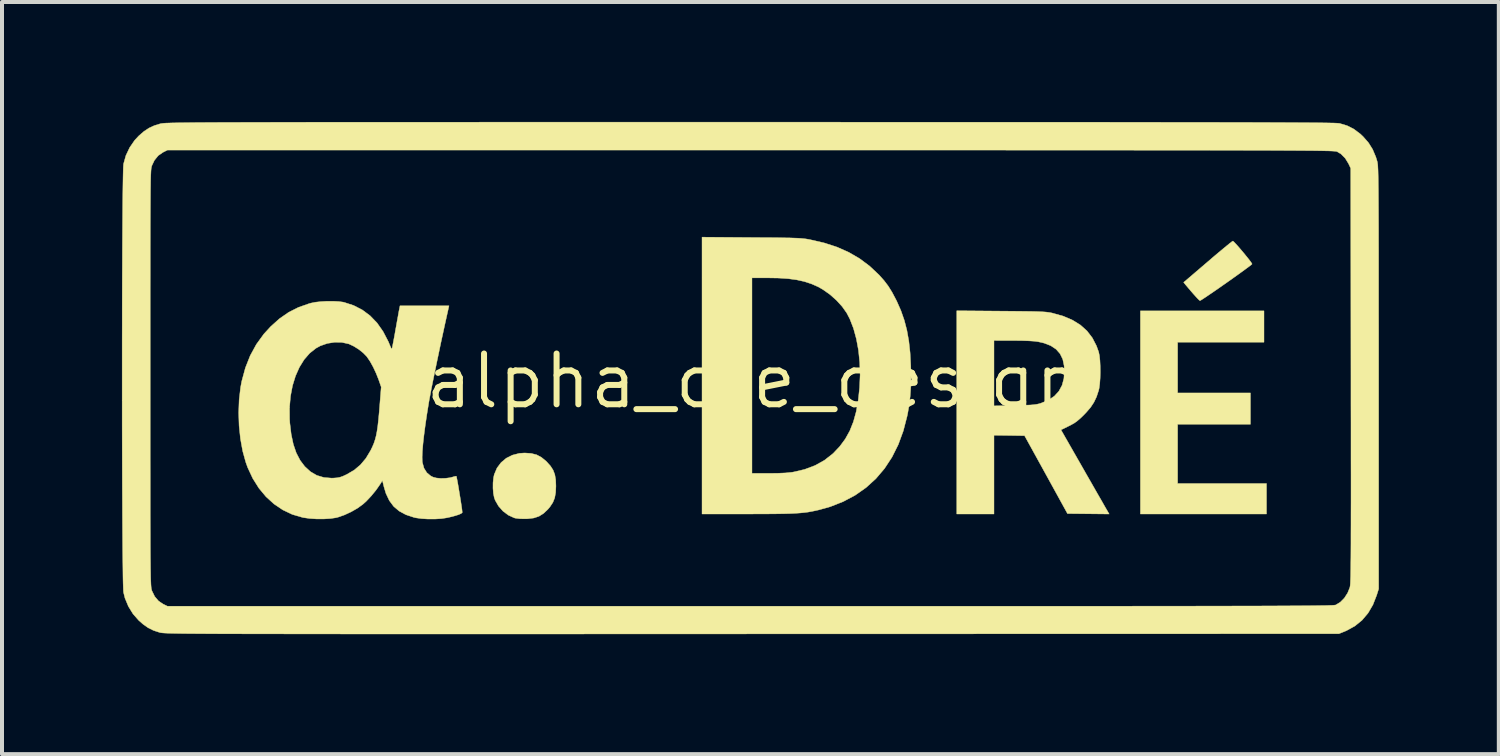
<source format=kicad_pcb>
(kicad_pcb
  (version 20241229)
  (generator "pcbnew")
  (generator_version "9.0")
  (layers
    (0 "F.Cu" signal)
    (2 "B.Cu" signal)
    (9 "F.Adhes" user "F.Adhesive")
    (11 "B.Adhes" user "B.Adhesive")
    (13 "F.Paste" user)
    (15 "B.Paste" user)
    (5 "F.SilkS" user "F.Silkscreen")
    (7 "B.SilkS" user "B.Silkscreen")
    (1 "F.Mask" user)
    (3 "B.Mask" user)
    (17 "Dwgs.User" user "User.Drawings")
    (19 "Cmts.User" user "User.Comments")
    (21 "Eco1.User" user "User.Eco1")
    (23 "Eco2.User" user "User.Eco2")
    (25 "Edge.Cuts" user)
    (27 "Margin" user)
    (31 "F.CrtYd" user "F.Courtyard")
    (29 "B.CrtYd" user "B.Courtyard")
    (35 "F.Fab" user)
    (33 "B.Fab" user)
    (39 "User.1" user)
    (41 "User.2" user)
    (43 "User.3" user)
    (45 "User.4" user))
  (footprint "alpha_dre_design"
    (layer "F.Cu")
    (at 15.799 6.482)
    (property "Reference" "alpha_dre_design" (at 0 0 0) (layer "F.SilkS") (effects (font (size 1.27 1.27) (thickness 0.15))))
    (attr through_hole)
    (fp_poly (pts (xy 12.764 -0.974) (xy 10.604 -0.974) (xy 10.604 0.296) (xy 12.425 0.296) (xy 12.425 1.079) (xy 10.604 1.079) (xy 10.604 2.561) (xy 12.827 2.561) (xy 12.827 3.323) (xy 9.673 3.323) (xy 9.673 -1.757) (xy 12.764 -1.757) (xy 12.764 -0.974)) (stroke (width 0.01) (type solid)) (fill yes) (layer "F.SilkS"))
    (fp_poly (pts (xy -5.564 1.808) (xy -5.428 1.842) (xy -5.308 1.906) (xy -5.19 2.003) (xy -5.173 2.02) (xy -5.08 2.124) (xy -5.015 2.226) (xy -4.973 2.336) (xy -4.951 2.466) (xy -4.945 2.625) (xy -4.952 2.787) (xy -4.976 2.92) (xy -5.022 3.035) (xy -5.092 3.141) (xy -5.146 3.206) (xy -5.255 3.309) (xy -5.368 3.38) (xy -5.496 3.423) (xy -5.648 3.442) (xy -5.693 3.444) (xy -5.842 3.442) (xy -5.956 3.428) (xy -5.991 3.419) (xy -6.138 3.351) (xy -6.271 3.25) (xy -6.382 3.124) (xy -6.464 2.981) (xy -6.488 2.914) (xy -6.509 2.808) (xy -6.519 2.678) (xy -6.518 2.541) (xy -6.505 2.416) (xy -6.488 2.336) (xy -6.419 2.173) (xy -6.317 2.037) (xy -6.188 1.928) (xy -6.034 1.851) (xy -5.86 1.806) (xy -5.726 1.797) (xy -5.564 1.808)) (stroke (width 0.01) (type solid)) (fill yes) (layer "F.SilkS"))
    (fp_poly (pts (xy 12.006 -3.488) (xy 12.047 -3.445) (xy 12.104 -3.383) (xy 12.17 -3.307) (xy 12.241 -3.223) (xy 12.31 -3.139) (xy 12.373 -3.061) (xy 12.423 -2.996) (xy 12.456 -2.949) (xy 12.466 -2.929) (xy 12.45 -2.913) (xy 12.403 -2.876) (xy 12.33 -2.822) (xy 12.237 -2.754) (xy 12.128 -2.675) (xy 12.006 -2.588) (xy 11.878 -2.497) (xy 11.748 -2.406) (xy 11.62 -2.316) (xy 11.498 -2.232) (xy 11.389 -2.158) (xy 11.296 -2.095) (xy 11.224 -2.048) (xy 11.178 -2.019) (xy 11.162 -2.012) (xy 11.142 -2.028) (xy 11.1 -2.069) (xy 11.045 -2.129) (xy 10.996 -2.184) (xy 10.929 -2.261) (xy 10.868 -2.333) (xy 10.821 -2.389) (xy 10.801 -2.412) (xy 10.755 -2.47) (xy 11.358 -2.986) (xy 11.494 -3.103) (xy 11.621 -3.21) (xy 11.735 -3.305) (xy 11.832 -3.385) (xy 11.908 -3.447) (xy 11.96 -3.487) (xy 11.984 -3.503) (xy 11.985 -3.503) (xy 12.006 -3.488)) (stroke (width 0.01) (type solid)) (fill yes) (layer "F.SilkS"))
    (fp_poly (pts (xy 6.186 -1.751) (xy 6.433 -1.749) (xy 6.643 -1.747) (xy 6.817 -1.745) (xy 6.962 -1.743) (xy 7.08 -1.74) (xy 7.176 -1.736) (xy 7.254 -1.732) (xy 7.317 -1.727) (xy 7.371 -1.72) (xy 7.418 -1.713) (xy 7.462 -1.704) (xy 7.482 -1.699) (xy 7.747 -1.624) (xy 7.977 -1.525) (xy 8.173 -1.403) (xy 8.337 -1.256) (xy 8.471 -1.082) (xy 8.575 -0.88) (xy 8.629 -0.73) (xy 8.648 -0.639) (xy 8.661 -0.517) (xy 8.668 -0.375) (xy 8.67 -0.224) (xy 8.666 -0.074) (xy 8.656 0.064) (xy 8.641 0.179) (xy 8.629 0.231) (xy 8.576 0.392) (xy 8.511 0.529) (xy 8.428 0.655) (xy 8.317 0.784) (xy 8.266 0.837) (xy 8.174 0.927) (xy 8.096 0.994) (xy 8.023 1.047) (xy 7.94 1.094) (xy 7.881 1.124) (xy 7.687 1.219) (xy 8.237 2.181) (xy 8.344 2.369) (xy 8.447 2.548) (xy 8.542 2.715) (xy 8.628 2.865) (xy 8.703 2.995) (xy 8.763 3.101) (xy 8.808 3.179) (xy 8.835 3.226) (xy 8.84 3.234) (xy 8.892 3.324) (xy 7.849 3.313) (xy 7.313 2.339) (xy 6.776 1.365) (xy 6.394 1.359) (xy 6.011 1.354) (xy 6.011 3.323) (xy 5.08 3.323) (xy 5.08 0.619) (xy 6.011 0.619) (xy 6.525 0.609) (xy 6.69 0.605) (xy 6.82 0.601) (xy 6.921 0.597) (xy 7 0.59) (xy 7.062 0.582) (xy 7.116 0.572) (xy 7.167 0.558) (xy 7.186 0.552) (xy 7.37 0.475) (xy 7.52 0.376) (xy 7.634 0.252) (xy 7.714 0.104) (xy 7.76 -0.069) (xy 7.772 -0.267) (xy 7.765 -0.384) (xy 7.731 -0.547) (xy 7.664 -0.684) (xy 7.565 -0.797) (xy 7.432 -0.886) (xy 7.264 -0.951) (xy 7.117 -0.985) (xy 7.02 -0.998) (xy 6.885 -1.007) (xy 6.714 -1.013) (xy 6.513 -1.015) (xy 6.482 -1.015) (xy 6.011 -1.016) (xy 6.011 0.619) (xy 5.08 0.619) (xy 5.08 -1.76) (xy 6.186 -1.751)) (stroke (width 0.01) (type solid)) (fill yes) (layer "F.SilkS"))
    (fp_poly (pts (xy -0.058 -3.592) (xy 0.204 -3.59) (xy 0.428 -3.589) (xy 0.617 -3.587) (xy 0.776 -3.584) (xy 0.908 -3.582) (xy 1.016 -3.578) (xy 1.106 -3.575) (xy 1.18 -3.57) (xy 1.243 -3.564) (xy 1.298 -3.558) (xy 1.349 -3.55) (xy 1.401 -3.54) (xy 1.408 -3.539) (xy 1.764 -3.457) (xy 2.087 -3.352) (xy 2.381 -3.221) (xy 2.651 -3.064) (xy 2.901 -2.877) (xy 3.134 -2.658) (xy 3.142 -2.65) (xy 3.261 -2.516) (xy 3.365 -2.379) (xy 3.461 -2.225) (xy 3.556 -2.045) (xy 3.579 -2) (xy 3.684 -1.762) (xy 3.768 -1.521) (xy 3.833 -1.27) (xy 3.881 -1.001) (xy 3.913 -0.708) (xy 3.93 -0.382) (xy 3.931 -0.338) (xy 3.934 -0.072) (xy 3.929 0.163) (xy 3.915 0.378) (xy 3.891 0.583) (xy 3.856 0.79) (xy 3.839 0.874) (xy 3.743 1.245) (xy 3.617 1.588) (xy 3.46 1.902) (xy 3.274 2.185) (xy 3.058 2.439) (xy 2.814 2.661) (xy 2.541 2.853) (xy 2.24 3.013) (xy 1.912 3.142) (xy 1.633 3.22) (xy 1.541 3.241) (xy 1.452 3.259) (xy 1.364 3.275) (xy 1.271 3.287) (xy 1.17 3.297) (xy 1.056 3.305) (xy 0.925 3.312) (xy 0.772 3.316) (xy 0.595 3.319) (xy 0.387 3.321) (xy 0.146 3.322) (xy -0.133 3.323) (xy -0.143 3.323) (xy -1.291 3.323) (xy -1.291 2.307) (xy -0.042 2.307) (xy 0.378 2.307) (xy 0.609 2.304) (xy 0.797 2.296) (xy 0.945 2.281) (xy 0.987 2.275) (xy 1.275 2.208) (xy 1.535 2.11) (xy 1.768 1.981) (xy 1.974 1.82) (xy 1.993 1.803) (xy 2.155 1.632) (xy 2.292 1.446) (xy 2.405 1.243) (xy 2.495 1.016) (xy 2.565 0.763) (xy 2.616 0.478) (xy 2.649 0.167) (xy 2.663 -0.153) (xy 2.653 -0.468) (xy 2.622 -0.771) (xy 2.569 -1.057) (xy 2.497 -1.32) (xy 2.406 -1.554) (xy 2.327 -1.706) (xy 2.215 -1.864) (xy 2.072 -2.021) (xy 1.909 -2.166) (xy 1.735 -2.289) (xy 1.615 -2.358) (xy 1.447 -2.432) (xy 1.271 -2.49) (xy 1.079 -2.533) (xy 0.866 -2.562) (xy 0.624 -2.578) (xy 0.376 -2.582) (xy -0.042 -2.582) (xy -0.042 2.307) (xy -1.291 2.307) (xy -1.291 -3.601) (xy -0.058 -3.592)) (stroke (width 0.01) (type solid)) (fill yes) (layer "F.SilkS"))
    (fp_poly (pts (xy -10.38 -1.991) (xy -10.267 -1.976) (xy -10.245 -1.971) (xy -10.003 -1.892) (xy -9.786 -1.78) (xy -9.592 -1.635) (xy -9.419 -1.456) (xy -9.268 -1.241) (xy -9.137 -0.989) (xy -9.078 -0.849) (xy -9.06 -0.815) (xy -9.048 -0.809) (xy -9.041 -0.832) (xy -9.029 -0.89) (xy -9.012 -0.977) (xy -8.991 -1.087) (xy -8.968 -1.213) (xy -8.964 -1.24) (xy -8.939 -1.377) (xy -8.916 -1.507) (xy -8.895 -1.621) (xy -8.879 -1.712) (xy -8.868 -1.77) (xy -8.867 -1.773) (xy -8.845 -1.884) (xy -7.619 -1.884) (xy -7.63 -1.836) (xy -7.674 -1.639) (xy -7.722 -1.422) (xy -7.772 -1.192) (xy -7.824 -0.954) (xy -7.874 -0.714) (xy -7.924 -0.477) (xy -7.971 -0.249) (xy -8.015 -0.036) (xy -8.054 0.158) (xy -8.086 0.325) (xy -8.112 0.462) (xy -8.126 0.541) (xy -8.174 0.839) (xy -8.214 1.111) (xy -8.246 1.355) (xy -8.27 1.57) (xy -8.285 1.752) (xy -8.291 1.899) (xy -8.288 2.008) (xy -8.284 2.037) (xy -8.245 2.177) (xy -8.174 2.29) (xy -8.074 2.373) (xy -8.017 2.401) (xy -7.933 2.423) (xy -7.825 2.433) (xy -7.707 2.43) (xy -7.595 2.416) (xy -7.545 2.403) (xy -7.486 2.386) (xy -7.446 2.378) (xy -7.437 2.377) (xy -7.43 2.401) (xy -7.418 2.459) (xy -7.402 2.544) (xy -7.384 2.648) (xy -7.365 2.764) (xy -7.345 2.885) (xy -7.326 3.002) (xy -7.31 3.108) (xy -7.297 3.196) (xy -7.29 3.259) (xy -7.288 3.288) (xy -7.288 3.289) (xy -7.316 3.312) (xy -7.38 3.34) (xy -7.476 3.37) (xy -7.597 3.401) (xy -7.673 3.418) (xy -7.811 3.439) (xy -7.973 3.449) (xy -8.142 3.449) (xy -8.306 3.439) (xy -8.448 3.419) (xy -8.496 3.408) (xy -8.698 3.341) (xy -8.866 3.25) (xy -9.004 3.133) (xy -9.113 2.986) (xy -9.197 2.808) (xy -9.246 2.644) (xy -9.285 2.487) (xy -9.344 2.582) (xy -9.445 2.727) (xy -9.565 2.873) (xy -9.69 3.006) (xy -9.775 3.082) (xy -9.909 3.179) (xy -10.068 3.27) (xy -10.234 3.347) (xy -10.394 3.403) (xy -10.45 3.417) (xy -10.587 3.437) (xy -10.751 3.447) (xy -10.927 3.447) (xy -11.1 3.436) (xy -11.257 3.414) (xy -11.285 3.408) (xy -11.539 3.334) (xy -11.776 3.221) (xy -11.996 3.073) (xy -12.196 2.891) (xy -12.374 2.677) (xy -12.527 2.434) (xy -12.653 2.164) (xy -12.701 2.032) (xy -12.779 1.751) (xy -12.835 1.443) (xy -12.869 1.12) (xy -12.88 0.791) (xy -12.875 0.658) (xy -11.608 0.658) (xy -11.606 0.951) (xy -11.6 1.046) (xy -11.566 1.331) (xy -11.513 1.58) (xy -11.439 1.796) (xy -11.343 1.98) (xy -11.228 2.133) (xy -11.084 2.265) (xy -10.926 2.357) (xy -10.75 2.41) (xy -10.556 2.426) (xy -10.511 2.425) (xy -10.42 2.418) (xy -10.346 2.404) (xy -10.272 2.378) (xy -10.18 2.335) (xy -10.17 2.33) (xy -9.988 2.223) (xy -9.832 2.091) (xy -9.697 1.93) (xy -9.58 1.735) (xy -9.535 1.643) (xy -9.499 1.558) (xy -9.469 1.469) (xy -9.443 1.372) (xy -9.421 1.26) (xy -9.401 1.127) (xy -9.383 0.966) (xy -9.365 0.773) (xy -9.356 0.661) (xy -9.315 0.147) (xy -9.379 -0.037) (xy -9.442 -0.196) (xy -9.515 -0.352) (xy -9.593 -0.493) (xy -9.67 -0.606) (xy -9.678 -0.617) (xy -9.765 -0.706) (xy -9.877 -0.795) (xy -10 -0.872) (xy -10.118 -0.928) (xy -10.13 -0.932) (xy -10.299 -0.969) (xy -10.48 -0.972) (xy -10.664 -0.943) (xy -10.838 -0.882) (xy -10.946 -0.823) (xy -11.104 -0.698) (xy -11.243 -0.538) (xy -11.361 -0.347) (xy -11.458 -0.129) (xy -11.533 0.114) (xy -11.583 0.377) (xy -11.608 0.658) (xy -12.875 0.658) (xy -12.868 0.467) (xy -12.832 0.158) (xy -12.803 0.003) (xy -12.712 -0.332) (xy -12.591 -0.638) (xy -12.438 -0.919) (xy -12.251 -1.177) (xy -12.077 -1.367) (xy -11.858 -1.563) (xy -11.63 -1.721) (xy -11.385 -1.845) (xy -11.117 -1.939) (xy -11.074 -1.951) (xy -10.96 -1.974) (xy -10.821 -1.989) (xy -10.669 -1.998) (xy -10.518 -1.998) (xy -10.38 -1.991)) (stroke (width 0.01) (type solid)) (fill yes) (layer "F.SilkS"))
    (fp_poly (pts (xy -2.015 -6.477) (xy -1.119 -6.477) (xy -0.181 -6.477) (xy -0.087 -6.477) (xy 0.868 -6.477) (xy 1.781 -6.477) (xy 2.654 -6.476) (xy 3.487 -6.476) (xy 4.282 -6.476) (xy 5.038 -6.476) (xy 5.758 -6.476) (xy 6.441 -6.476) (xy 7.09 -6.476) (xy 7.704 -6.475) (xy 8.285 -6.475) (xy 8.833 -6.475) (xy 9.35 -6.474) (xy 9.836 -6.474) (xy 10.293 -6.473) (xy 10.72 -6.473) (xy 11.12 -6.472) (xy 11.492 -6.472) (xy 11.839 -6.471) (xy 12.16 -6.471) (xy 12.456 -6.47) (xy 12.73 -6.469) (xy 12.98 -6.468) (xy 13.209 -6.467) (xy 13.418 -6.466) (xy 13.606 -6.465) (xy 13.775 -6.464) (xy 13.927 -6.463) (xy 14.061 -6.462) (xy 14.179 -6.461) (xy 14.281 -6.459) (xy 14.369 -6.458) (xy 14.444 -6.456) (xy 14.505 -6.455) (xy 14.555 -6.453) (xy 14.594 -6.451) (xy 14.624 -6.449) (xy 14.644 -6.447) (xy 14.653 -6.446) (xy 14.841 -6.39) (xy 15.011 -6.304) (xy 15.172 -6.183) (xy 15.243 -6.116) (xy 15.377 -5.963) (xy 15.481 -5.797) (xy 15.561 -5.607) (xy 15.593 -5.503) (xy 15.597 -5.487) (xy 15.601 -5.469) (xy 15.604 -5.446) (xy 15.608 -5.418) (xy 15.611 -5.383) (xy 15.613 -5.338) (xy 15.616 -5.283) (xy 15.618 -5.216) (xy 15.62 -5.135) (xy 15.622 -5.039) (xy 15.623 -4.927) (xy 15.625 -4.796) (xy 15.626 -4.644) (xy 15.627 -4.472) (xy 15.628 -4.276) (xy 15.629 -4.055) (xy 15.63 -3.808) (xy 15.63 -3.533) (xy 15.631 -3.229) (xy 15.631 -2.893) (xy 15.631 -2.525) (xy 15.631 -2.123) (xy 15.631 -1.684) (xy 15.632 -1.209) (xy 15.632 -0.694) (xy 15.632 -0.139) (xy 15.632 5.196) (xy 15.582 5.355) (xy 15.488 5.595) (xy 15.366 5.803) (xy 15.215 5.981) (xy 15.036 6.126) (xy 14.829 6.24) (xy 14.78 6.261) (xy 14.637 6.318) (xy -0.032 6.322) (xy -0.976 6.323) (xy -1.879 6.323) (xy -2.742 6.323) (xy -3.565 6.323) (xy -4.349 6.324) (xy -5.096 6.324) (xy -5.806 6.324) (xy -6.48 6.324) (xy -7.12 6.324) (xy -7.725 6.324) (xy -8.298 6.324) (xy -8.839 6.324) (xy -9.348 6.324) (xy -9.827 6.324) (xy -10.278 6.324) (xy -10.7 6.323) (xy -11.094 6.323) (xy -11.462 6.323) (xy -11.805 6.322) (xy -12.124 6.322) (xy -12.418 6.321) (xy -12.69 6.321) (xy -12.941 6.32) (xy -13.17 6.32) (xy -13.38 6.319) (xy -13.571 6.318) (xy -13.744 6.317) (xy -13.9 6.316) (xy -14.04 6.315) (xy -14.164 6.314) (xy -14.275 6.313) (xy -14.372 6.311) (xy -14.457 6.31) (xy -14.531 6.308) (xy -14.594 6.307) (xy -14.648 6.305) (xy -14.693 6.303) (xy -14.73 6.301) (xy -14.761 6.299) (xy -14.786 6.297) (xy -14.806 6.295) (xy -14.823 6.293) (xy -14.836 6.29) (xy -14.847 6.288) (xy -14.855 6.286) (xy -15.009 6.236) (xy -15.144 6.169) (xy -15.273 6.078) (xy -15.38 5.984) (xy -15.522 5.822) (xy -15.638 5.634) (xy -15.723 5.429) (xy -15.759 5.285) (xy -15.763 5.244) (xy -15.766 5.163) (xy -15.77 5.044) (xy -15.773 4.89) (xy -15.775 4.703) (xy -15.778 4.484) (xy -15.781 4.236) (xy -15.783 3.962) (xy -15.785 3.664) (xy -15.787 3.344) (xy -15.788 3.004) (xy -15.79 2.646) (xy -15.791 2.273) (xy -15.792 1.887) (xy -15.793 1.49) (xy -15.794 1.085) (xy -15.794 0.673) (xy -15.794 0.257) (xy -15.794 -0.074) (xy -15.092 -0.074) (xy -15.092 0.48) (xy -15.092 0.993) (xy -15.092 1.467) (xy -15.092 1.903) (xy -15.091 2.304) (xy -15.091 2.67) (xy -15.091 3.003) (xy -15.091 3.306) (xy -15.09 3.578) (xy -15.089 3.823) (xy -15.089 4.041) (xy -15.088 4.235) (xy -15.087 4.405) (xy -15.085 4.554) (xy -15.084 4.682) (xy -15.082 4.792) (xy -15.081 4.886) (xy -15.079 4.964) (xy -15.076 5.029) (xy -15.074 5.081) (xy -15.071 5.123) (xy -15.068 5.157) (xy -15.065 5.183) (xy -15.061 5.203) (xy -15.057 5.219) (xy -15.053 5.233) (xy -15.051 5.24) (xy -14.98 5.386) (xy -14.883 5.5) (xy -14.77 5.576) (xy -14.66 5.63) (xy -0.09 5.63) (xy 0.857 5.63) (xy 1.762 5.63) (xy 2.628 5.63) (xy 3.453 5.63) (xy 4.24 5.63) (xy 4.99 5.63) (xy 5.702 5.63) (xy 6.379 5.63) (xy 7.02 5.63) (xy 7.627 5.629) (xy 8.202 5.629) (xy 8.744 5.629) (xy 9.254 5.629) (xy 9.735 5.628) (xy 10.186 5.628) (xy 10.608 5.627) (xy 11.002 5.627) (xy 11.37 5.626) (xy 11.712 5.626) (xy 12.029 5.625) (xy 12.322 5.625) (xy 12.592 5.624) (xy 12.84 5.623) (xy 13.067 5.622) (xy 13.273 5.621) (xy 13.46 5.62) (xy 13.629 5.619) (xy 13.78 5.618) (xy 13.914 5.617) (xy 14.032 5.616) (xy 14.136 5.614) (xy 14.226 5.613) (xy 14.302 5.612) (xy 14.367 5.61) (xy 14.421 5.608) (xy 14.464 5.607) (xy 14.498 5.605) (xy 14.524 5.603) (xy 14.542 5.601) (xy 14.554 5.599) (xy 14.558 5.598) (xy 14.672 5.529) (xy 14.774 5.426) (xy 14.856 5.298) (xy 14.911 5.161) (xy 14.914 5.146) (xy 14.918 5.124) (xy 14.921 5.096) (xy 14.924 5.058) (xy 14.926 5.01) (xy 14.928 4.949) (xy 14.931 4.875) (xy 14.932 4.785) (xy 14.934 4.678) (xy 14.935 4.553) (xy 14.937 4.408) (xy 14.938 4.241) (xy 14.939 4.051) (xy 14.939 3.836) (xy 14.94 3.595) (xy 14.94 3.326) (xy 14.941 3.027) (xy 14.941 2.698) (xy 14.941 2.336) (xy 14.94 1.939) (xy 14.94 1.507) (xy 14.94 1.038) (xy 14.939 0.53) (xy 14.939 -0.019) (xy 14.939 -0.139) (xy 14.933 -5.323) (xy 14.878 -5.44) (xy 14.795 -5.575) (xy 14.691 -5.68) (xy 14.594 -5.739) (xy 14.588 -5.741) (xy 14.579 -5.744) (xy 14.567 -5.746) (xy 14.551 -5.748) (xy 14.53 -5.75) (xy 14.503 -5.752) (xy 14.469 -5.754) (xy 14.427 -5.756) (xy 14.377 -5.758) (xy 14.316 -5.759) (xy 14.245 -5.761) (xy 14.162 -5.762) (xy 14.067 -5.764) (xy 13.958 -5.765) (xy 13.835 -5.766) (xy 13.696 -5.767) (xy 13.541 -5.768) (xy 13.369 -5.769) (xy 13.179 -5.77) (xy 12.97 -5.771) (xy 12.74 -5.772) (xy 12.49 -5.772) (xy 12.218 -5.773) (xy 11.923 -5.774) (xy 11.604 -5.774) (xy 11.26 -5.775) (xy 10.891 -5.775) (xy 10.495 -5.776) (xy 10.072 -5.776) (xy 9.62 -5.776) (xy 9.139 -5.777) (xy 8.628 -5.777) (xy 8.085 -5.777) (xy 7.51 -5.777) (xy 6.902 -5.777) (xy 6.26 -5.778) (xy 5.583 -5.778) (xy 4.87 -5.778) (xy 4.12 -5.778) (xy 3.333 -5.778) (xy 2.506 -5.778) (xy 1.64 -5.778) (xy 0.734 -5.778) (xy -0.075 -5.778) (xy -14.66 -5.779) (xy -14.77 -5.724) (xy -14.892 -5.64) (xy -14.987 -5.523) (xy -15.051 -5.388) (xy -15.055 -5.375) (xy -15.059 -5.36) (xy -15.063 -5.342) (xy -15.067 -5.319) (xy -15.07 -5.29) (xy -15.073 -5.252) (xy -15.075 -5.206) (xy -15.078 -5.147) (xy -15.08 -5.077) (xy -15.082 -4.991) (xy -15.083 -4.89) (xy -15.085 -4.771) (xy -15.086 -4.633) (xy -15.087 -4.474) (xy -15.088 -4.293) (xy -15.089 -4.088) (xy -15.09 -3.857) (xy -15.09 -3.599) (xy -15.091 -3.313) (xy -15.091 -2.996) (xy -15.091 -2.647) (xy -15.092 -2.264) (xy -15.092 -1.847) (xy -15.092 -1.393) (xy -15.092 -0.9) (xy -15.092 -0.368) (xy -15.092 -0.074) (xy -15.794 -0.074) (xy -15.794 -0.161) (xy -15.794 -0.578) (xy -15.794 -0.992) (xy -15.793 -1.401) (xy -15.793 -1.803) (xy -15.792 -2.196) (xy -15.791 -2.577) (xy -15.789 -2.944) (xy -15.788 -3.295) (xy -15.786 -3.627) (xy -15.784 -3.939) (xy -15.782 -4.227) (xy -15.78 -4.49) (xy -15.777 -4.726) (xy -15.774 -4.932) (xy -15.771 -5.106) (xy -15.768 -5.246) (xy -15.765 -5.349) (xy -15.761 -5.414) (xy -15.759 -5.433) (xy -15.7 -5.643) (xy -15.605 -5.843) (xy -15.48 -6.025) (xy -15.38 -6.132) (xy -15.249 -6.246) (xy -15.122 -6.33) (xy -14.987 -6.392) (xy -14.847 -6.435) (xy -14.836 -6.438) (xy -14.824 -6.44) (xy -14.81 -6.443) (xy -14.794 -6.445) (xy -14.774 -6.447) (xy -14.75 -6.45) (xy -14.72 -6.452) (xy -14.684 -6.454) (xy -14.64 -6.455) (xy -14.587 -6.457) (xy -14.526 -6.459) (xy -14.454 -6.46) (xy -14.371 -6.462) (xy -14.276 -6.463) (xy -14.168 -6.464) (xy -14.046 -6.466) (xy -13.909 -6.467) (xy -13.756 -6.468) (xy -13.586 -6.469) (xy -13.398 -6.47) (xy -13.192 -6.47) (xy -12.966 -6.471) (xy -12.72 -6.472) (xy -12.452 -6.473) (xy -12.161 -6.473) (xy -11.847 -6.474) (xy -11.509 -6.474) (xy -11.145 -6.475) (xy -10.755 -6.475) (xy -10.338 -6.475) (xy -9.893 -6.476) (xy -9.419 -6.476) (xy -8.915 -6.476) (xy -8.38 -6.476) (xy -7.813 -6.476) (xy -7.213 -6.476) (xy -6.579 -6.477) (xy -5.911 -6.477) (xy -5.207 -6.477) (xy -4.466 -6.477) (xy -3.688 -6.477) (xy -2.871 -6.477) (xy -2.015 -6.477)) (stroke (width 0.01) (type solid)) (fill yes) (layer "F.SilkS")))
  (gr_rect
    (start -3 -3)
    (end 34.436 15.811)
    (stroke (width 0.1) (type default))
    (fill no)
    (layer "Edge.Cuts")))
</source>
